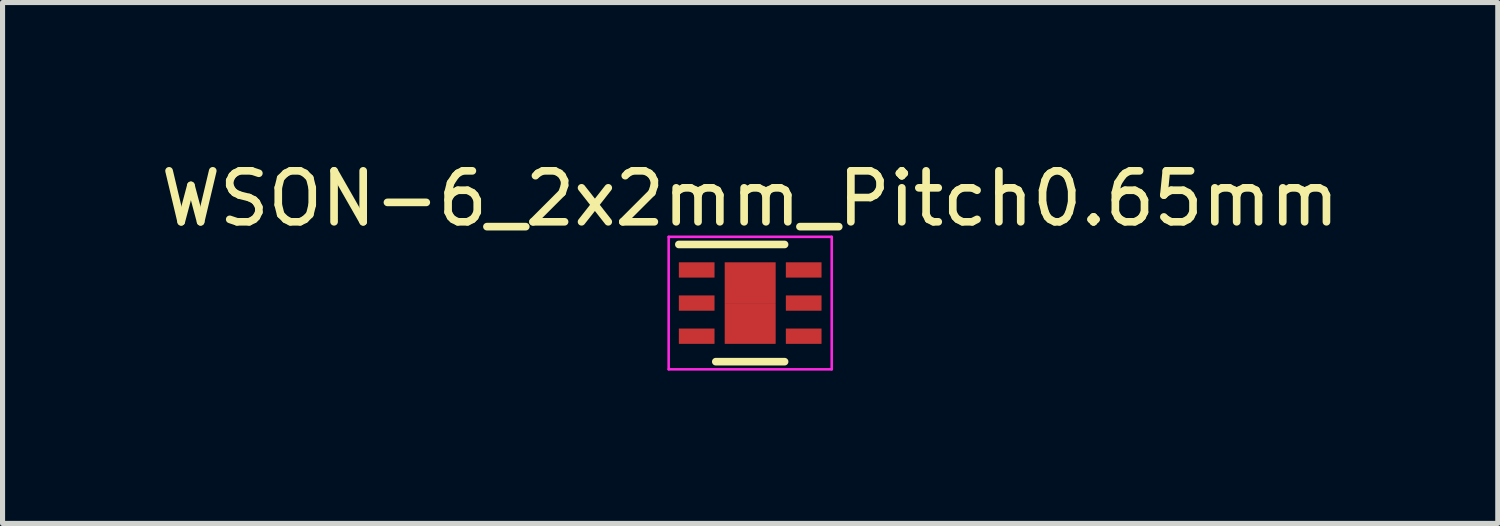
<source format=kicad_pcb>
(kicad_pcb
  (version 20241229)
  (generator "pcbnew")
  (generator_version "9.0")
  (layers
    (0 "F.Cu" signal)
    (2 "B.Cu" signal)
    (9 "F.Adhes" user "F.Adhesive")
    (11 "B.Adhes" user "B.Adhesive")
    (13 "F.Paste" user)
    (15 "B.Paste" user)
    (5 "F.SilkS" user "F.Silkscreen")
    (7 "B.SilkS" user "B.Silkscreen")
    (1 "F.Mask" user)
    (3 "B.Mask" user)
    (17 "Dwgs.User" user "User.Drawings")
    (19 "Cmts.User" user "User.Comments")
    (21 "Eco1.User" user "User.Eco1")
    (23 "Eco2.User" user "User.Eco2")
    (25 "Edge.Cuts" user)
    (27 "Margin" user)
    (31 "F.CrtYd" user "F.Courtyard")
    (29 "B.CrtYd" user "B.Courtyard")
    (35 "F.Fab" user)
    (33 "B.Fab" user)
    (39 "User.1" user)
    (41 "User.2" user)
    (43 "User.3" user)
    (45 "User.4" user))
  (footprint "WSON-6_2x2mm_Pitch0.65mm"
    (layer "F.Cu")
    (at 11.173 2.098)
    (property "Reference" "WSON-6_2x2mm_Pitch0.65mm" (at 0.5 -1.25 0) (layer "F.SilkS") (effects (font (size 1 1) (thickness 0.15))))
    (attr smd)
    (fp_line (start -0.9 -0.35) (end 1.175 -0.35) (stroke (width 0.15) (type solid)) (layer "F.SilkS"))
    (fp_line (start -0.175 1.95) (end 1.175 1.95) (stroke (width 0.15) (type solid)) (layer "F.SilkS"))
    (fp_line (start -1.1 -0.5) (end -1.1 2.1) (stroke (width 0.05) (type solid)) (layer "F.CrtYd"))
    (fp_line (start -1.1 -0.5) (end 2.1 -0.5) (stroke (width 0.05) (type solid)) (layer "F.CrtYd"))
    (fp_line (start -1.1 2.1) (end 2.1 2.1) (stroke (width 0.05) (type solid)) (layer "F.CrtYd"))
    (fp_line (start 2.1 -0.5) (end 2.1 2.1) (stroke (width 0.05) (type solid)) (layer "F.CrtYd"))
    (pad "1" smd rect (at -0.55 0.15) (size 0.7 0.3) (layers "F.Cu" "F.Mask" "F.Paste"))
    (pad "2" smd rect (at -0.55 0.8) (size 0.7 0.3) (layers "F.Cu" "F.Mask" "F.Paste"))
    (pad "3" smd rect (at -0.55 1.45) (size 0.7 0.3) (layers "F.Cu" "F.Mask" "F.Paste"))
    (pad "4" smd rect (at 1.55 0.15) (size 0.7 0.3) (layers "F.Cu" "F.Mask" "F.Paste"))
    (pad "5" smd rect (at 1.55 1.45) (size 0.7 0.3) (layers "F.Cu" "F.Mask" "F.Paste"))
    (pad "6" smd rect (at 1.55 0.8) (size 0.7 0.3) (layers "F.Cu" "F.Mask" "F.Paste"))
    (pad "7" smd rect (at 0.5 0.4) (size 1 0.8) (layers "F.Cu" "F.Mask" "F.Paste"))
    (pad "7" smd rect (at 0.5 1.2) (size 1 0.8) (layers "F.Cu" "F.Mask" "F.Paste")))
  (gr_rect
    (start -3 -3)
    (end 26.345 7.223)
    (stroke (width 0.1) (type default))
    (fill no)
    (layer "Edge.Cuts")))
</source>
